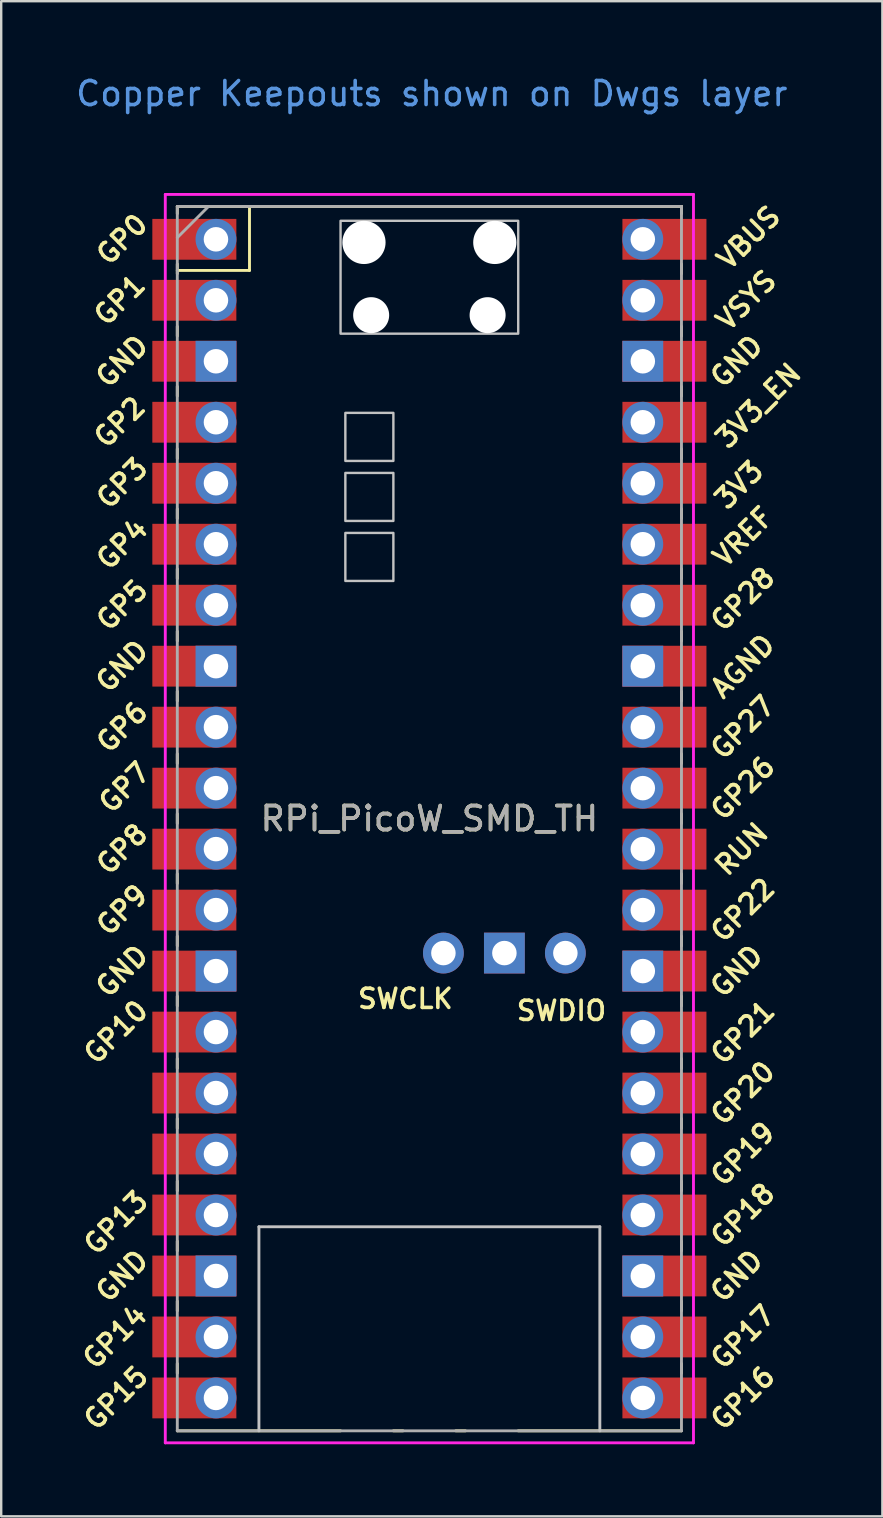
<source format=kicad_pcb>
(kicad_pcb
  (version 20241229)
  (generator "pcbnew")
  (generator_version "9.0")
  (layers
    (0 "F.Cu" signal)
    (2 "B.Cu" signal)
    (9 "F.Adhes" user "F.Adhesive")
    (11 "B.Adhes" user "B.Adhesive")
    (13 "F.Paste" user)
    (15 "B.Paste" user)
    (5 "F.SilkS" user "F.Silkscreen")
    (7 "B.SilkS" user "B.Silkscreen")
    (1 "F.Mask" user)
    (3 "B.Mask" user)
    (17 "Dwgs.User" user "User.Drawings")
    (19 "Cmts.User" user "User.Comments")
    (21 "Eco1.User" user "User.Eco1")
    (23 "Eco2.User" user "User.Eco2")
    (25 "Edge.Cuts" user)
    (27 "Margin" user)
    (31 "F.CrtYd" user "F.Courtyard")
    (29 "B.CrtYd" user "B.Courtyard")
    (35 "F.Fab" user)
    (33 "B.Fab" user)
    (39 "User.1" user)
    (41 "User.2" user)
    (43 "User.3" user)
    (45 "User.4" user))
  (footprint "RPi_PicoW_SMD_TH"
    (layer "F.Cu")
    (at 14.835 31.048)
    (property "Reference" "RPi_PicoW_SMD_TH" (at 0 0 0) (layer "F.SilkS") (effects (font (size 1 1) (thickness 0.15))))
    (attr through_hole)
    (fp_line (start -10.5 -25.5) (end -10.5 -25.2) (stroke (width 0.12) (type solid)) (layer "F.SilkS"))
    (fp_line (start -10.5 -25.5) (end 10.5 -25.5) (stroke (width 0.12) (type solid)) (layer "F.SilkS"))
    (fp_line (start -10.5 -23.1) (end -10.5 -22.7) (stroke (width 0.12) (type solid)) (layer "F.SilkS"))
    (fp_line (start -10.5 -22.833) (end -7.493 -22.833) (stroke (width 0.12) (type solid)) (layer "F.SilkS"))
    (fp_line (start -10.5 -20.5) (end -10.5 -20.1) (stroke (width 0.12) (type solid)) (layer "F.SilkS"))
    (fp_line (start -10.5 -18) (end -10.5 -17.6) (stroke (width 0.12) (type solid)) (layer "F.SilkS"))
    (fp_line (start -10.5 -15.4) (end -10.5 -15) (stroke (width 0.12) (type solid)) (layer "F.SilkS"))
    (fp_line (start -10.5 -12.9) (end -10.5 -12.5) (stroke (width 0.12) (type solid)) (layer "F.SilkS"))
    (fp_line (start -10.5 -10.4) (end -10.5 -10) (stroke (width 0.12) (type solid)) (layer "F.SilkS"))
    (fp_line (start -10.5 -7.8) (end -10.5 -7.4) (stroke (width 0.12) (type solid)) (layer "F.SilkS"))
    (fp_line (start -10.5 -5.3) (end -10.5 -4.9) (stroke (width 0.12) (type solid)) (layer "F.SilkS"))
    (fp_line (start -10.5 -2.7) (end -10.5 -2.3) (stroke (width 0.12) (type solid)) (layer "F.SilkS"))
    (fp_line (start -10.5 -0.2) (end -10.5 0.2) (stroke (width 0.12) (type solid)) (layer "F.SilkS"))
    (fp_line (start -10.5 2.3) (end -10.5 2.7) (stroke (width 0.12) (type solid)) (layer "F.SilkS"))
    (fp_line (start -10.5 4.9) (end -10.5 5.3) (stroke (width 0.12) (type solid)) (layer "F.SilkS"))
    (fp_line (start -10.5 7.4) (end -10.5 7.8) (stroke (width 0.12) (type solid)) (layer "F.SilkS"))
    (fp_line (start -10.5 10) (end -10.5 10.4) (stroke (width 0.12) (type solid)) (layer "F.SilkS"))
    (fp_line (start -10.5 12.5) (end -10.5 12.9) (stroke (width 0.12) (type solid)) (layer "F.SilkS"))
    (fp_line (start -10.5 15.1) (end -10.5 15.5) (stroke (width 0.12) (type solid)) (layer "F.SilkS"))
    (fp_line (start -10.5 17.6) (end -10.5 18) (stroke (width 0.12) (type solid)) (layer "F.SilkS"))
    (fp_line (start -10.5 20.1) (end -10.5 20.5) (stroke (width 0.12) (type solid)) (layer "F.SilkS"))
    (fp_line (start -10.5 22.7) (end -10.5 23.1) (stroke (width 0.12) (type solid)) (layer "F.SilkS"))
    (fp_line (start -7.493 -22.833) (end -7.493 -25.5) (stroke (width 0.12) (type solid)) (layer "F.SilkS"))
    (fp_line (start -3.7 25.5) (end -10.5 25.5) (stroke (width 0.12) (type solid)) (layer "F.SilkS"))
    (fp_line (start -1.5 25.5) (end -1.1 25.5) (stroke (width 0.12) (type solid)) (layer "F.SilkS"))
    (fp_line (start 1.1 25.5) (end 1.5 25.5) (stroke (width 0.12) (type solid)) (layer "F.SilkS"))
    (fp_line (start 10.5 -25.5) (end 10.5 -25.2) (stroke (width 0.12) (type solid)) (layer "F.SilkS"))
    (fp_line (start 10.5 -23.1) (end 10.5 -22.7) (stroke (width 0.12) (type solid)) (layer "F.SilkS"))
    (fp_line (start 10.5 -20.5) (end 10.5 -20.1) (stroke (width 0.12) (type solid)) (layer "F.SilkS"))
    (fp_line (start 10.5 -18) (end 10.5 -17.6) (stroke (width 0.12) (type solid)) (layer "F.SilkS"))
    (fp_line (start 10.5 -15.4) (end 10.5 -15) (stroke (width 0.12) (type solid)) (layer "F.SilkS"))
    (fp_line (start 10.5 -12.9) (end 10.5 -12.5) (stroke (width 0.12) (type solid)) (layer "F.SilkS"))
    (fp_line (start 10.5 -10.4) (end 10.5 -10) (stroke (width 0.12) (type solid)) (layer "F.SilkS"))
    (fp_line (start 10.5 -7.8) (end 10.5 -7.4) (stroke (width 0.12) (type solid)) (layer "F.SilkS"))
    (fp_line (start 10.5 -5.3) (end 10.5 -4.9) (stroke (width 0.12) (type solid)) (layer "F.SilkS"))
    (fp_line (start 10.5 -2.7) (end 10.5 -2.3) (stroke (width 0.12) (type solid)) (layer "F.SilkS"))
    (fp_line (start 10.5 -0.2) (end 10.5 0.2) (stroke (width 0.12) (type solid)) (layer "F.SilkS"))
    (fp_line (start 10.5 2.3) (end 10.5 2.7) (stroke (width 0.12) (type solid)) (layer "F.SilkS"))
    (fp_line (start 10.5 4.9) (end 10.5 5.3) (stroke (width 0.12) (type solid)) (layer "F.SilkS"))
    (fp_line (start 10.5 7.4) (end 10.5 7.8) (stroke (width 0.12) (type solid)) (layer "F.SilkS"))
    (fp_line (start 10.5 10) (end 10.5 10.4) (stroke (width 0.12) (type solid)) (layer "F.SilkS"))
    (fp_line (start 10.5 12.5) (end 10.5 12.9) (stroke (width 0.12) (type solid)) (layer "F.SilkS"))
    (fp_line (start 10.5 15.1) (end 10.5 15.5) (stroke (width 0.12) (type solid)) (layer "F.SilkS"))
    (fp_line (start 10.5 17.6) (end 10.5 18) (stroke (width 0.12) (type solid)) (layer "F.SilkS"))
    (fp_line (start 10.5 20.1) (end 10.5 20.5) (stroke (width 0.12) (type solid)) (layer "F.SilkS"))
    (fp_line (start 10.5 22.7) (end 10.5 23.1) (stroke (width 0.12) (type solid)) (layer "F.SilkS"))
    (fp_line (start 10.5 25.5) (end 3.7 25.5) (stroke (width 0.12) (type solid)) (layer "F.SilkS"))
    (fp_line (start -7.1 17) (end 7.1 17) (stroke (width 0.12) (type solid)) (layer "Dwgs.User"))
    (fp_line (start -7.1 25.5) (end -7.1 17) (stroke (width 0.12) (type solid)) (layer "Dwgs.User"))
    (fp_line (start 7.1 17) (end 7.1 25.5) (stroke (width 0.12) (type solid)) (layer "Dwgs.User"))
    (fp_poly (pts (xy -1.5 -14.9) (xy -3.5 -14.9) (xy -3.5 -16.9) (xy -1.5 -16.9)) (stroke (width 0.1) (type solid)) (fill no) (layer "Dwgs.User"))
    (fp_poly (pts (xy -1.5 -12.4) (xy -3.5 -12.4) (xy -3.5 -14.4) (xy -1.5 -14.4)) (stroke (width 0.1) (type solid)) (fill no) (layer "Dwgs.User"))
    (fp_poly (pts (xy -1.5 -9.9) (xy -3.5 -9.9) (xy -3.5 -11.9) (xy -1.5 -11.9)) (stroke (width 0.1) (type solid)) (fill no) (layer "Dwgs.User"))
    (fp_poly (pts (xy 3.7 -20.2) (xy -3.7 -20.2) (xy -3.7 -24.9) (xy 3.7 -24.9)) (stroke (width 0.1) (type solid)) (fill no) (layer "Dwgs.User"))
    (fp_line (start -11 -26) (end 11 -26) (stroke (width 0.12) (type solid)) (layer "F.CrtYd"))
    (fp_line (start -11 26) (end -11 -26) (stroke (width 0.12) (type solid)) (layer "F.CrtYd"))
    (fp_line (start 11 -26) (end 11 26) (stroke (width 0.12) (type solid)) (layer "F.CrtYd"))
    (fp_line (start 11 26) (end -11 26) (stroke (width 0.12) (type solid)) (layer "F.CrtYd"))
    (fp_line (start -10.5 -25.5) (end 10.5 -25.5) (stroke (width 0.12) (type solid)) (layer "F.Fab"))
    (fp_line (start -10.5 -24.2) (end -9.2 -25.5) (stroke (width 0.12) (type solid)) (layer "F.Fab"))
    (fp_line (start -10.5 25.5) (end -10.5 -25.5) (stroke (width 0.12) (type solid)) (layer "F.Fab"))
    (fp_line (start 10.5 -25.5) (end 10.5 25.5) (stroke (width 0.12) (type solid)) (layer "F.Fab"))
    (fp_line (start 10.5 25.5) (end -10.5 25.5) (stroke (width 0.12) (type solid)) (layer "F.Fab"))
    (fp_text user "GP9" (at -12.8 3.81 45) (layer "F.SilkS") (effects (font (size 0.8 0.8) (thickness 0.15))))
    (fp_text user "GP1" (at -12.9 -21.6 45) (layer "F.SilkS") (effects (font (size 0.8 0.8) (thickness 0.15))))
    (fp_text user "3V3_EN" (at 13.7 -17.2 45) (layer "F.SilkS") (effects (font (size 0.8 0.8) (thickness 0.15))))
    (fp_text user "VREF" (at 13.068 -11.742 45) (layer "F.SilkS") (effects (font (size 0.8 0.8) (thickness 0.15))))
    (fp_text user "GP19" (at 13.054 13.97 45) (layer "F.SilkS") (effects (font (size 0.8 0.8) (thickness 0.15))))
    (fp_text user "GP21" (at 13.054 8.9 45) (layer "F.SilkS") (effects (font (size 0.8 0.8) (thickness 0.15))))
    (fp_text user "GP15" (at -13.054 24.13 45) (layer "F.SilkS") (effects (font (size 0.8 0.8) (thickness 0.15))))
    (fp_text user "GP13" (at -13.054 16.832 45) (layer "F.SilkS") (effects (font (size 0.8 0.8) (thickness 0.15))))
    (fp_text user "GP3" (at -12.8 -13.97 45) (layer "F.SilkS") (effects (font (size 0.8 0.8) (thickness 0.15))))
    (fp_text user "GP7" (at -12.7 -1.3 45) (layer "F.SilkS") (effects (font (size 0.8 0.8) (thickness 0.15))))
    (fp_text user "GP20" (at 13.054 11.43 45) (layer "F.SilkS") (effects (font (size 0.8 0.8) (thickness 0.15))))
    (fp_text user "GP10" (at -13.054 8.89 45) (layer "F.SilkS") (effects (font (size 0.8 0.8) (thickness 0.15))))
    (fp_text user "GP16" (at 13.054 24.13 45) (layer "F.SilkS") (effects (font (size 0.8 0.8) (thickness 0.15))))
    (fp_text user "GND" (at -12.8 -6.35 45) (layer "F.SilkS") (effects (font (size 0.8 0.8) (thickness 0.15))))
    (fp_text user "RUN" (at 13 1.27 45) (layer "F.SilkS") (effects (font (size 0.8 0.8) (thickness 0.15))))
    (fp_text user "SWDIO" (at 5.5 8 0) (layer "F.SilkS") (effects (font (size 0.8 0.8) (thickness 0.15))))
    (fp_text user "GND" (at 12.8 -19.05 45) (layer "F.SilkS") (effects (font (size 0.8 0.8) (thickness 0.15))))
    (fp_text user "GND" (at -12.8 19.05 45) (layer "F.SilkS") (effects (font (size 0.8 0.8) (thickness 0.15))))
    (fp_text user "GP0" (at -12.8 -24.13 45) (layer "F.SilkS") (effects (font (size 0.8 0.8) (thickness 0.15))))
    (fp_text user "GP26" (at 13.054 -1.27 45) (layer "F.SilkS") (effects (font (size 0.8 0.8) (thickness 0.15))))
    (fp_text user "GND" (at -12.8 -19.05 45) (layer "F.SilkS") (effects (font (size 0.8 0.8) (thickness 0.15))))
    (fp_text user "GP22" (at 13.054 3.81 45) (layer "F.SilkS") (effects (font (size 0.8 0.8) (thickness 0.15))))
    (fp_text user "3V3" (at 12.9 -13.9 45) (layer "F.SilkS") (effects (font (size 0.8 0.8) (thickness 0.15))))
    (fp_text user "GP18" (at 13.054 16.51 45) (layer "F.SilkS") (effects (font (size 0.8 0.8) (thickness 0.15))))
    (fp_text user "GP4" (at -12.8 -11.43 45) (layer "F.SilkS") (effects (font (size 0.8 0.8) (thickness 0.15))))
    (fp_text user "GP2" (at -12.9 -16.51 45) (layer "F.SilkS") (effects (font (size 0.8 0.8) (thickness 0.15))))
    (fp_text user "GP8" (at -12.8 1.27 45) (layer "F.SilkS") (effects (font (size 0.8 0.8) (thickness 0.15))))
    (fp_text user "GP17" (at 13.054 21.59 45) (layer "F.SilkS") (effects (font (size 0.8 0.8) (thickness 0.15))))
    (fp_text user "VSYS" (at 13.2 -21.59 45) (layer "F.SilkS") (effects (font (size 0.8 0.8) (thickness 0.15))))
    (fp_text user "SWCLK" (at -1 7.5 0) (layer "F.SilkS") (effects (font (size 0.8 0.8) (thickness 0.15))))
    (fp_text user "GND" (at 12.8 6.35 45) (layer "F.SilkS") (effects (font (size 0.8 0.8) (thickness 0.15))))
    (fp_text user "GND" (at -12.8 6.35 45) (layer "F.SilkS") (effects (font (size 0.8 0.8) (thickness 0.15))))
    (fp_text user "GP27" (at 13.054 -3.8 45) (layer "F.SilkS") (effects (font (size 0.8 0.8) (thickness 0.15))))
    (fp_text user "GND" (at 12.8 19.05 45) (layer "F.SilkS") (effects (font (size 0.8 0.8) (thickness 0.15))))
    (fp_text user "GP28" (at 13.054 -9.144 45) (layer "F.SilkS") (effects (font (size 0.8 0.8) (thickness 0.15))))
    (fp_text user "AGND" (at 13.054 -6.35 45) (layer "F.SilkS") (effects (font (size 0.8 0.8) (thickness 0.15))))
    (fp_text user "VBUS" (at 13.3 -24.2 45) (layer "F.SilkS") (effects (font (size 0.8 0.8) (thickness 0.15))))
    (fp_text user "GP14" (at -13.1 21.59 45) (layer "F.SilkS") (effects (font (size 0.8 0.8) (thickness 0.15))))
    (fp_text user "GP5" (at -12.8 -8.89 45) (layer "F.SilkS") (effects (font (size 0.8 0.8) (thickness 0.15))))
    (fp_text user "GP6" (at -12.8 -3.81 45) (layer "F.SilkS") (effects (font (size 0.8 0.8) (thickness 0.15))))
    (fp_text user "Copper Keepouts shown on Dwgs layer" (at 0.1 -30.2 0) (layer "Cmts.User") (effects (font (size 1 1) (thickness 0.15))))
    (fp_text user "${REFERENCE}" (at 0 0 180) (layer "F.Fab") (effects (font (size 1 1) (thickness 0.15))))
    (pad "" np_thru_hole oval (at -2.725 -24) (size 1.8 1.8) (drill 1.8) (layers "*.Cu" "*.Mask"))
    (pad "" np_thru_hole oval (at -2.425 -20.97) (size 1.5 1.5) (drill 1.5) (layers "*.Cu" "*.Mask"))
    (pad "" np_thru_hole oval (at 2.425 -20.97) (size 1.5 1.5) (drill 1.5) (layers "*.Cu" "*.Mask"))
    (pad "" np_thru_hole oval (at 2.725 -24) (size 1.8 1.8) (drill 1.8) (layers "*.Cu" "*.Mask"))
    (pad "1" thru_hole oval (at -8.89 -24.13) (size 1.7 1.7) (drill 1.02) (layers "*.Cu" "*.Mask"))
    (pad "1" smd rect (at -8.89 -24.13) (size 3.5 1.7) (drill (offset -0.9 0)) (layers "F.Cu" "F.Mask"))
    (pad "2" thru_hole oval (at -8.89 -21.59) (size 1.7 1.7) (drill 1.02) (layers "*.Cu" "*.Mask"))
    (pad "2" smd rect (at -8.89 -21.59) (size 3.5 1.7) (drill (offset -0.9 0)) (layers "F.Cu" "F.Mask"))
    (pad "3" thru_hole rect (at -8.89 -19.05) (size 1.7 1.7) (drill 1.02) (layers "*.Cu" "*.Mask"))
    (pad "3" smd rect (at -8.89 -19.05) (size 3.5 1.7) (drill (offset -0.9 0)) (layers "F.Cu" "F.Mask"))
    (pad "4" thru_hole oval (at -8.89 -16.51) (size 1.7 1.7) (drill 1.02) (layers "*.Cu" "*.Mask"))
    (pad "4" smd rect (at -8.89 -16.51) (size 3.5 1.7) (drill (offset -0.9 0)) (layers "F.Cu" "F.Mask"))
    (pad "5" thru_hole oval (at -8.89 -13.97) (size 1.7 1.7) (drill 1.02) (layers "*.Cu" "*.Mask"))
    (pad "5" smd rect (at -8.89 -13.97) (size 3.5 1.7) (drill (offset -0.9 0)) (layers "F.Cu" "F.Mask"))
    (pad "6" thru_hole oval (at -8.89 -11.43) (size 1.7 1.7) (drill 1.02) (layers "*.Cu" "*.Mask"))
    (pad "6" smd rect (at -8.89 -11.43) (size 3.5 1.7) (drill (offset -0.9 0)) (layers "F.Cu" "F.Mask"))
    (pad "7" thru_hole oval (at -8.89 -8.89) (size 1.7 1.7) (drill 1.02) (layers "*.Cu" "*.Mask"))
    (pad "7" smd rect (at -8.89 -8.89) (size 3.5 1.7) (drill (offset -0.9 0)) (layers "F.Cu" "F.Mask"))
    (pad "8" thru_hole rect (at -8.89 -6.35) (size 1.7 1.7) (drill 1.02) (layers "*.Cu" "*.Mask"))
    (pad "8" smd rect (at -8.89 -6.35) (size 3.5 1.7) (drill (offset -0.9 0)) (layers "F.Cu" "F.Mask"))
    (pad "9" thru_hole oval (at -8.89 -3.81) (size 1.7 1.7) (drill 1.02) (layers "*.Cu" "*.Mask"))
    (pad "9" smd rect (at -8.89 -3.81) (size 3.5 1.7) (drill (offset -0.9 0)) (layers "F.Cu" "F.Mask"))
    (pad "10" thru_hole oval (at -8.89 -1.27) (size 1.7 1.7) (drill 1.02) (layers "*.Cu" "*.Mask"))
    (pad "10" smd rect (at -8.89 -1.27) (size 3.5 1.7) (drill (offset -0.9 0)) (layers "F.Cu" "F.Mask"))
    (pad "11" thru_hole oval (at -8.89 1.27) (size 1.7 1.7) (drill 1.02) (layers "*.Cu" "*.Mask"))
    (pad "11" smd rect (at -8.89 1.27) (size 3.5 1.7) (drill (offset -0.9 0)) (layers "F.Cu" "F.Mask"))
    (pad "12" thru_hole oval (at -8.89 3.81) (size 1.7 1.7) (drill 1.02) (layers "*.Cu" "*.Mask"))
    (pad "12" smd rect (at -8.89 3.81) (size 3.5 1.7) (drill (offset -0.9 0)) (layers "F.Cu" "F.Mask"))
    (pad "13" thru_hole rect (at -8.89 6.35) (size 1.7 1.7) (drill 1.02) (layers "*.Cu" "*.Mask"))
    (pad "13" smd rect (at -8.89 6.35) (size 3.5 1.7) (drill (offset -0.9 0)) (layers "F.Cu" "F.Mask"))
    (pad "14" thru_hole oval (at -8.89 8.89) (size 1.7 1.7) (drill 1.02) (layers "*.Cu" "*.Mask"))
    (pad "14" smd rect (at -8.89 8.89) (size 3.5 1.7) (drill (offset -0.9 0)) (layers "F.Cu" "F.Mask"))
    (pad "15" thru_hole oval (at -8.89 11.43) (size 1.7 1.7) (drill 1.02) (layers "*.Cu" "*.Mask"))
    (pad "15" smd rect (at -8.89 11.43) (size 3.5 1.7) (drill (offset -0.9 0)) (layers "F.Cu" "F.Mask"))
    (pad "16" thru_hole oval (at -8.89 13.97) (size 1.7 1.7) (drill 1.02) (layers "*.Cu" "*.Mask"))
    (pad "16" smd rect (at -8.89 13.97) (size 3.5 1.7) (drill (offset -0.9 0)) (layers "F.Cu" "F.Mask"))
    (pad "17" thru_hole oval (at -8.89 16.51) (size 1.7 1.7) (drill 1.02) (layers "*.Cu" "*.Mask"))
    (pad "17" smd rect (at -8.89 16.51) (size 3.5 1.7) (drill (offset -0.9 0)) (layers "F.Cu" "F.Mask"))
    (pad "18" thru_hole rect (at -8.89 19.05) (size 1.7 1.7) (drill 1.02) (layers "*.Cu" "*.Mask"))
    (pad "18" smd rect (at -8.89 19.05) (size 3.5 1.7) (drill (offset -0.9 0)) (layers "F.Cu" "F.Mask"))
    (pad "19" thru_hole oval (at -8.89 21.59) (size 1.7 1.7) (drill 1.02) (layers "*.Cu" "*.Mask"))
    (pad "19" smd rect (at -8.89 21.59) (size 3.5 1.7) (drill (offset -0.9 0)) (layers "F.Cu" "F.Mask"))
    (pad "20" thru_hole oval (at -8.89 24.13) (size 1.7 1.7) (drill 1.02) (layers "*.Cu" "*.Mask"))
    (pad "20" smd rect (at -8.89 24.13) (size 3.5 1.7) (drill (offset -0.9 0)) (layers "F.Cu" "F.Mask"))
    (pad "21" thru_hole oval (at 8.89 24.13) (size 1.7 1.7) (drill 1.02) (layers "*.Cu" "*.Mask"))
    (pad "21" smd rect (at 8.89 24.13) (size 3.5 1.7) (drill (offset 0.9 0)) (layers "F.Cu" "F.Mask"))
    (pad "22" thru_hole oval (at 8.89 21.59) (size 1.7 1.7) (drill 1.02) (layers "*.Cu" "*.Mask"))
    (pad "22" smd rect (at 8.89 21.59) (size 3.5 1.7) (drill (offset 0.9 0)) (layers "F.Cu" "F.Mask"))
    (pad "23" thru_hole rect (at 8.89 19.05) (size 1.7 1.7) (drill 1.02) (layers "*.Cu" "*.Mask"))
    (pad "23" smd rect (at 8.89 19.05) (size 3.5 1.7) (drill (offset 0.9 0)) (layers "F.Cu" "F.Mask"))
    (pad "24" thru_hole oval (at 8.89 16.51) (size 1.7 1.7) (drill 1.02) (layers "*.Cu" "*.Mask"))
    (pad "24" smd rect (at 8.89 16.51) (size 3.5 1.7) (drill (offset 0.9 0)) (layers "F.Cu" "F.Mask"))
    (pad "25" thru_hole oval (at 8.89 13.97) (size 1.7 1.7) (drill 1.02) (layers "*.Cu" "*.Mask"))
    (pad "25" smd rect (at 8.89 13.97) (size 3.5 1.7) (drill (offset 0.9 0)) (layers "F.Cu" "F.Mask"))
    (pad "26" thru_hole oval (at 8.89 11.43) (size 1.7 1.7) (drill 1.02) (layers "*.Cu" "*.Mask"))
    (pad "26" smd rect (at 8.89 11.43) (size 3.5 1.7) (drill (offset 0.9 0)) (layers "F.Cu" "F.Mask"))
    (pad "27" thru_hole oval (at 8.89 8.89) (size 1.7 1.7) (drill 1.02) (layers "*.Cu" "*.Mask"))
    (pad "27" smd rect (at 8.89 8.89) (size 3.5 1.7) (drill (offset 0.9 0)) (layers "F.Cu" "F.Mask"))
    (pad "28" thru_hole rect (at 8.89 6.35) (size 1.7 1.7) (drill 1.02) (layers "*.Cu" "*.Mask"))
    (pad "28" smd rect (at 8.89 6.35) (size 3.5 1.7) (drill (offset 0.9 0)) (layers "F.Cu" "F.Mask"))
    (pad "29" thru_hole oval (at 8.89 3.81) (size 1.7 1.7) (drill 1.02) (layers "*.Cu" "*.Mask"))
    (pad "29" smd rect (at 8.89 3.81) (size 3.5 1.7) (drill (offset 0.9 0)) (layers "F.Cu" "F.Mask"))
    (pad "30" thru_hole oval (at 8.89 1.27) (size 1.7 1.7) (drill 1.02) (layers "*.Cu" "*.Mask"))
    (pad "30" smd rect (at 8.89 1.27) (size 3.5 1.7) (drill (offset 0.9 0)) (layers "F.Cu" "F.Mask"))
    (pad "31" thru_hole oval (at 8.89 -1.27) (size 1.7 1.7) (drill 1.02) (layers "*.Cu" "*.Mask"))
    (pad "31" smd rect (at 8.89 -1.27) (size 3.5 1.7) (drill (offset 0.9 0)) (layers "F.Cu" "F.Mask"))
    (pad "32" thru_hole oval (at 8.89 -3.81) (size 1.7 1.7) (drill 1.02) (layers "*.Cu" "*.Mask"))
    (pad "32" smd rect (at 8.89 -3.81) (size 3.5 1.7) (drill (offset 0.9 0)) (layers "F.Cu" "F.Mask"))
    (pad "33" thru_hole rect (at 8.89 -6.35) (size 1.7 1.7) (drill 1.02) (layers "*.Cu" "*.Mask"))
    (pad "33" smd rect (at 8.89 -6.35) (size 3.5 1.7) (drill (offset 0.9 0)) (layers "F.Cu" "F.Mask"))
    (pad "34" thru_hole oval (at 8.89 -8.89) (size 1.7 1.7) (drill 1.02) (layers "*.Cu" "*.Mask"))
    (pad "34" smd rect (at 8.89 -8.89) (size 3.5 1.7) (drill (offset 0.9 0)) (layers "F.Cu" "F.Mask"))
    (pad "35" thru_hole oval (at 8.89 -11.43) (size 1.7 1.7) (drill 1.02) (layers "*.Cu" "*.Mask"))
    (pad "35" smd rect (at 8.89 -11.43) (size 3.5 1.7) (drill (offset 0.9 0)) (layers "F.Cu" "F.Mask"))
    (pad "36" thru_hole oval (at 8.89 -13.97) (size 1.7 1.7) (drill 1.02) (layers "*.Cu" "*.Mask"))
    (pad "36" smd rect (at 8.89 -13.97) (size 3.5 1.7) (drill (offset 0.9 0)) (layers "F.Cu" "F.Mask"))
    (pad "37" thru_hole oval (at 8.89 -16.51) (size 1.7 1.7) (drill 1.02) (layers "*.Cu" "*.Mask"))
    (pad "37" smd rect (at 8.89 -16.51) (size 3.5 1.7) (drill (offset 0.9 0)) (layers "F.Cu" "F.Mask"))
    (pad "38" thru_hole rect (at 8.89 -19.05) (size 1.7 1.7) (drill 1.02) (layers "*.Cu" "*.Mask"))
    (pad "38" smd rect (at 8.89 -19.05) (size 3.5 1.7) (drill (offset 0.9 0)) (layers "F.Cu" "F.Mask"))
    (pad "39" thru_hole oval (at 8.89 -21.59) (size 1.7 1.7) (drill 1.02) (layers "*.Cu" "*.Mask"))
    (pad "39" smd rect (at 8.89 -21.59) (size 3.5 1.7) (drill (offset 0.9 0)) (layers "F.Cu" "F.Mask"))
    (pad "40" thru_hole oval (at 8.89 -24.13) (size 1.7 1.7) (drill 1.02) (layers "*.Cu" "*.Mask"))
    (pad "40" smd rect (at 8.89 -24.13) (size 3.5 1.7) (drill (offset 0.9 0)) (layers "F.Cu" "F.Mask"))
    (pad "41" thru_hole oval (at 0.584 5.6) (size 1.7 1.7) (drill 1.02) (layers "*.Cu" "*.Mask"))
    (pad "42" thru_hole rect (at 3.124 5.6) (size 1.7 1.7) (drill 1.02) (layers "*.Cu" "*.Mask"))
    (pad "43" thru_hole oval (at 5.664 5.6) (size 1.7 1.7) (drill 1.02) (layers "*.Cu" "*.Mask")))
  (gr_rect
    (start -3 -3)
    (end 33.703 60.108)
    (stroke (width 0.1) (type default))
    (fill no)
    (layer "Edge.Cuts")))
</source>
